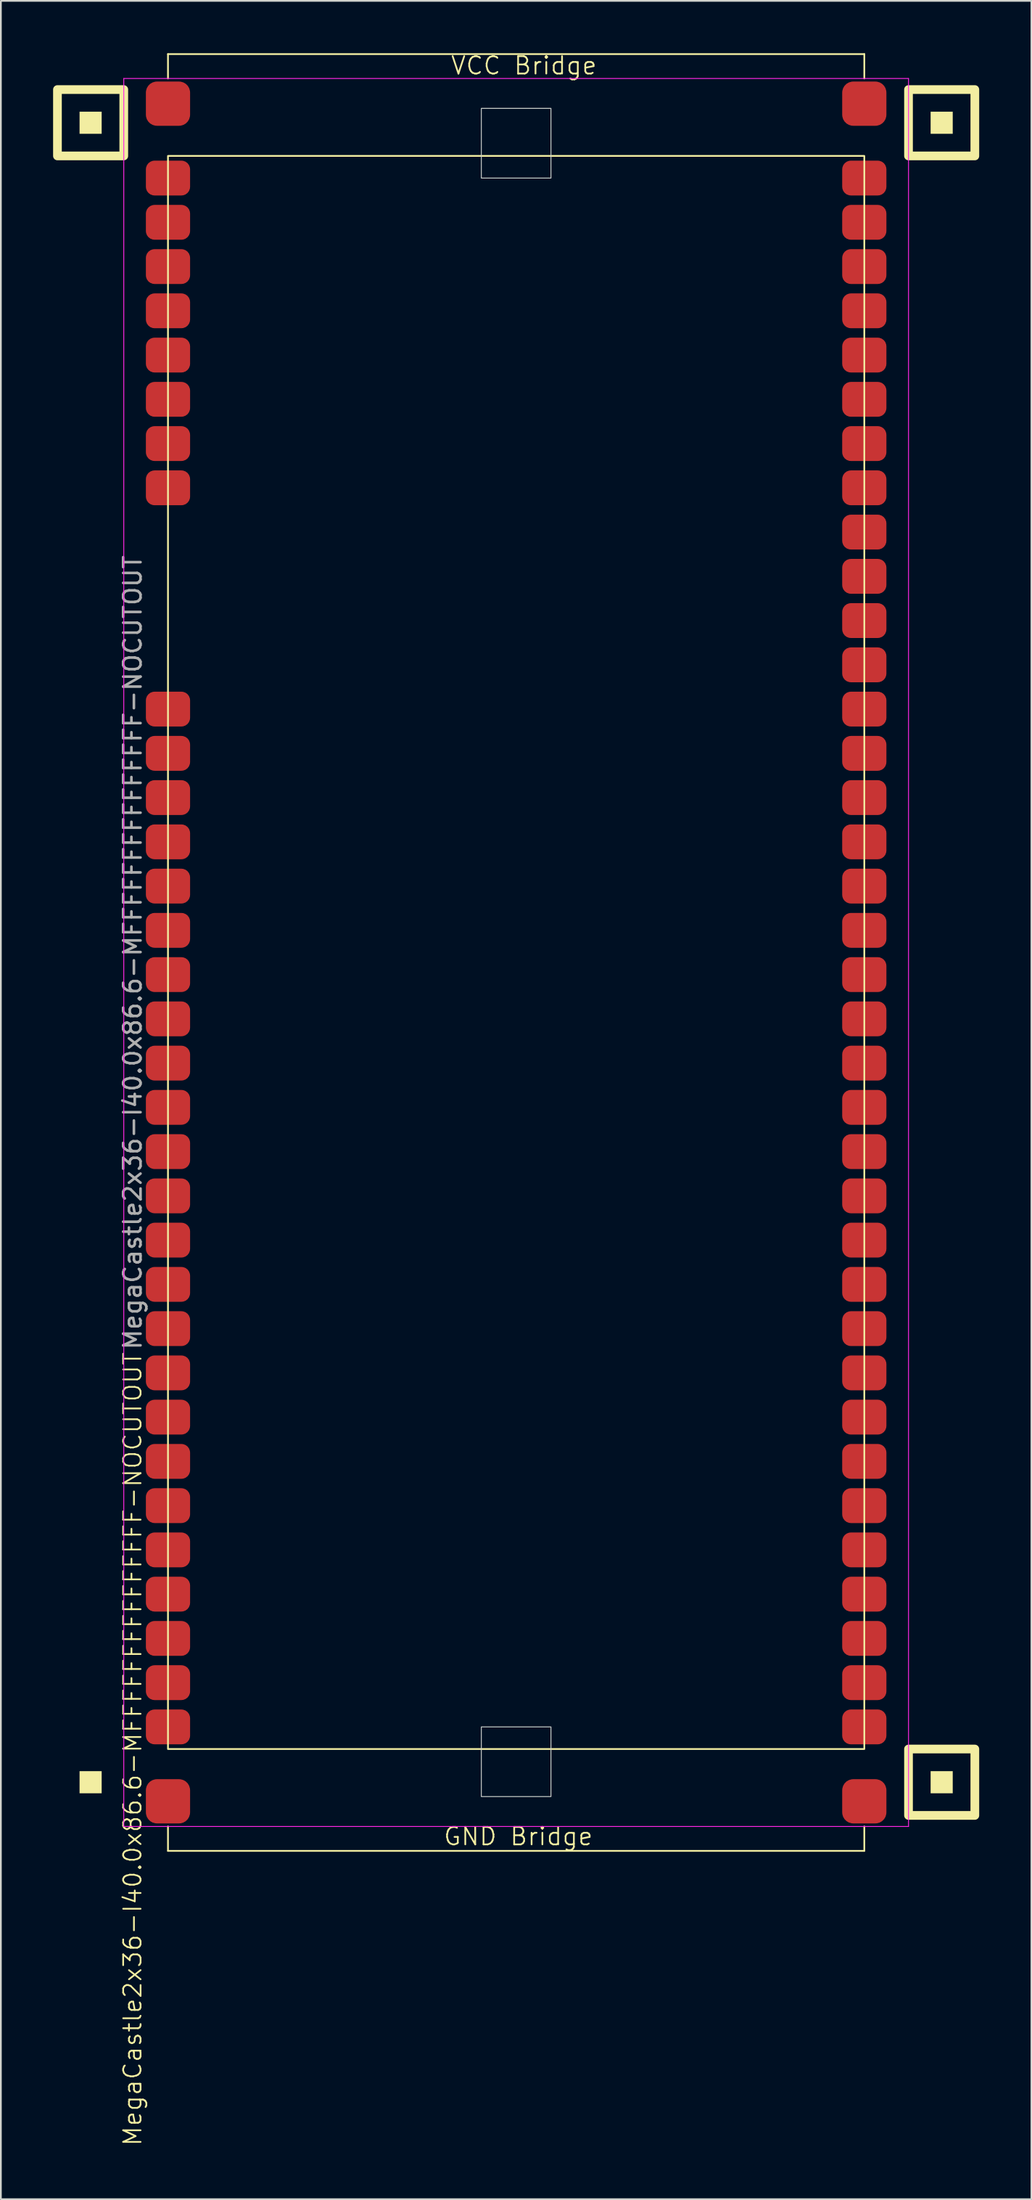
<source format=kicad_pcb>
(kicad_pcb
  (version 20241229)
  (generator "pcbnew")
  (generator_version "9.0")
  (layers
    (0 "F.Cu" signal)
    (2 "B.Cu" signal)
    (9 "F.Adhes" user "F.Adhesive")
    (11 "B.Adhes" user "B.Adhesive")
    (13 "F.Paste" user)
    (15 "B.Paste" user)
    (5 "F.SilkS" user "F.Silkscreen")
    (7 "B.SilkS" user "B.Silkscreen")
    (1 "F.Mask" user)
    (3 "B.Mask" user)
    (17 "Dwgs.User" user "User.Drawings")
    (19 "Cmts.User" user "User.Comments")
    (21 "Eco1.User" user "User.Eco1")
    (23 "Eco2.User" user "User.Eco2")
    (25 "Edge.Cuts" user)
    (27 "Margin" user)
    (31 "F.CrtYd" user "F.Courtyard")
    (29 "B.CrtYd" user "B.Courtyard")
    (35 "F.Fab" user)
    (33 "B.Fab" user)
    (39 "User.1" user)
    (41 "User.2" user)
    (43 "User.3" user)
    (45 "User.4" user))
  (footprint "MegaCastle2x36-I40.0x86.6-MFFFFFFFFFFFFFFF-NOCUTOUT"
    (layer "F.Cu")
    (at 26.6 51.62)
    (property "Reference" "MegaCastle2x36-I40.0x86.6-MFFFFFFFFFFFFFFF-NOCUTOUT" (at -22.032 45.72 90) (unlocked yes) (layer "F.SilkS") (effects (font (size 1 1) (thickness 0.1))))
    (attr smd)
    (fp_line (start -20 -51.565) (end 20 -51.565) (stroke (width 0.1) (type default)) (layer "F.SilkS"))
    (fp_line (start -20 -50.165) (end -20 -51.565) (stroke (width 0.1) (type default)) (layer "F.SilkS"))
    (fp_line (start -20 50.165) (end -20 51.565) (stroke (width 0.1) (type default)) (layer "F.SilkS"))
    (fp_line (start -20 51.565) (end 20 51.565) (stroke (width 0.1) (type default)) (layer "F.SilkS"))
    (fp_line (start 20 -50.165) (end 20 -51.565) (stroke (width 0.1) (type default)) (layer "F.SilkS"))
    (fp_line (start 20 50.165) (end 20 51.565) (stroke (width 0.1) (type default)) (layer "F.SilkS"))
    (fp_rect (start -23.81 -46.99) (end -25.08 -48.26) (stroke (width 0) (type solid)) (fill yes) (layer "F.SilkS"))
    (fp_rect (start -23.81 48.26) (end -25.08 46.99) (stroke (width 0) (type solid)) (fill yes) (layer "F.SilkS"))
    (fp_rect (start -22.54 -45.72) (end -26.35 -49.53) (stroke (width 0.5) (type default)) (fill no) (layer "F.SilkS"))
    (fp_rect (start -20 -45.72) (end 20 45.72) (stroke (width 0.1) (type default)) (fill no) (layer "F.SilkS"))
    (fp_rect (start 25.08 -46.99) (end 23.81 -48.26) (stroke (width 0) (type solid)) (fill yes) (layer "F.SilkS"))
    (fp_rect (start 25.08 48.26) (end 23.81 46.99) (stroke (width 0) (type solid)) (fill yes) (layer "F.SilkS"))
    (fp_rect (start 26.35 -45.72) (end 22.54 -49.53) (stroke (width 0.5) (type default)) (fill no) (layer "F.SilkS"))
    (fp_rect (start 26.35 49.53) (end 22.54 45.72) (stroke (width 0.5) (type default)) (fill no) (layer "F.SilkS"))
    (fp_rect (start -2 -44.45) (end 2 -48.45) (stroke (width 0.05) (type default)) (fill no) (layer "Edge.Cuts"))
    (fp_rect (start -2 44.45) (end 2 48.45) (stroke (width 0.05) (type default)) (fill no) (layer "Edge.Cuts"))
    (fp_line (start -22.54 -50.165) (end -22.54 50.165) (stroke (width 0.05) (type default)) (layer "F.CrtYd"))
    (fp_line (start -22.54 50.165) (end 22.54 50.165) (stroke (width 0.05) (type default)) (layer "F.CrtYd"))
    (fp_line (start 22.54 -50.165) (end -22.54 -50.165) (stroke (width 0.05) (type default)) (layer "F.CrtYd"))
    (fp_line (start 22.54 -50.165) (end 22.54 50.165) (stroke (width 0.05) (type default)) (layer "F.CrtYd"))
    (fp_text user "GND Bridge" (at -4.226 51.32 0) (unlocked yes) (layer "F.SilkS") (effects (font (size 1 1) (thickness 0.1)) (justify left bottom)))
    (fp_text user "VCC Bridge" (at -3.81 -50.32 0) (unlocked yes) (layer "F.SilkS") (effects (font (size 1 1) (thickness 0.1)) (justify left bottom)))
    (fp_text user "${REFERENCE}" (at -22.032 0 90) (unlocked yes) (layer "F.Fab") (effects (font (size 1 1) (thickness 0.15))))
    (pad "1" smd roundrect (at -20 -44.45) (size 2.54 2) (layers "F.Cu" "F.Mask" "F.Paste") (roundrect_rratio 0.25))
    (pad "2" smd roundrect (at -20 -41.91) (size 2.54 2) (layers "F.Cu" "F.Mask" "F.Paste") (roundrect_rratio 0.25))
    (pad "3" smd roundrect (at -20 -39.37) (size 2.54 2) (layers "F.Cu" "F.Mask" "F.Paste") (roundrect_rratio 0.25))
    (pad "4" smd roundrect (at -20 -36.83) (size 2.54 2) (layers "F.Cu" "F.Mask" "F.Paste") (roundrect_rratio 0.25))
    (pad "5" smd roundrect (at -20 -34.29) (size 2.54 2) (layers "F.Cu" "F.Mask" "F.Paste") (roundrect_rratio 0.25))
    (pad "6" smd roundrect (at -20 -31.75) (size 2.54 2) (layers "F.Cu" "F.Mask" "F.Paste") (roundrect_rratio 0.25))
    (pad "7" smd roundrect (at -20 -29.21) (size 2.54 2) (layers "F.Cu" "F.Mask" "F.Paste") (roundrect_rratio 0.25))
    (pad "8" smd roundrect (at -20 -26.67) (size 2.54 2) (layers "F.Cu" "F.Mask" "F.Paste") (roundrect_rratio 0.25))
    (pad "13" smd roundrect (at -20 -13.97) (size 2.54 2) (layers "F.Cu" "F.Mask" "F.Paste") (roundrect_rratio 0.25))
    (pad "14" smd roundrect (at -20 -11.43) (size 2.54 2) (layers "F.Cu" "F.Mask" "F.Paste") (roundrect_rratio 0.25))
    (pad "15" smd roundrect (at -20 -8.89) (size 2.54 2) (layers "F.Cu" "F.Mask" "F.Paste") (roundrect_rratio 0.25))
    (pad "16" smd roundrect (at -20 -6.35) (size 2.54 2) (layers "F.Cu" "F.Mask" "F.Paste") (roundrect_rratio 0.25))
    (pad "17" smd roundrect (at -20 -3.81) (size 2.54 2) (layers "F.Cu" "F.Mask" "F.Paste") (roundrect_rratio 0.25))
    (pad "18" smd roundrect (at -20 -1.27) (size 2.54 2) (layers "F.Cu" "F.Mask" "F.Paste") (roundrect_rratio 0.25))
    (pad "19" smd roundrect (at -20 1.27) (size 2.54 2) (layers "F.Cu" "F.Mask" "F.Paste") (roundrect_rratio 0.25))
    (pad "20" smd roundrect (at -20 3.81) (size 2.54 2) (layers "F.Cu" "F.Mask" "F.Paste") (roundrect_rratio 0.25))
    (pad "21" smd roundrect (at -20 6.35) (size 2.54 2) (layers "F.Cu" "F.Mask" "F.Paste") (roundrect_rratio 0.25))
    (pad "22" smd roundrect (at -20 8.89) (size 2.54 2) (layers "F.Cu" "F.Mask" "F.Paste") (roundrect_rratio 0.25))
    (pad "23" smd roundrect (at -20 11.43) (size 2.54 2) (layers "F.Cu" "F.Mask" "F.Paste") (roundrect_rratio 0.25))
    (pad "24" smd roundrect (at -20 13.97) (size 2.54 2) (layers "F.Cu" "F.Mask" "F.Paste") (roundrect_rratio 0.25))
    (pad "25" smd roundrect (at -20 16.51) (size 2.54 2) (layers "F.Cu" "F.Mask" "F.Paste") (roundrect_rratio 0.25))
    (pad "26" smd roundrect (at -20 19.05) (size 2.54 2) (layers "F.Cu" "F.Mask" "F.Paste") (roundrect_rratio 0.25))
    (pad "27" smd roundrect (at -20 21.59) (size 2.54 2) (layers "F.Cu" "F.Mask" "F.Paste") (roundrect_rratio 0.25))
    (pad "28" smd roundrect (at -20 24.13) (size 2.54 2) (layers "F.Cu" "F.Mask" "F.Paste") (roundrect_rratio 0.25))
    (pad "29" smd roundrect (at -20 26.67) (size 2.54 2) (layers "F.Cu" "F.Mask" "F.Paste") (roundrect_rratio 0.25))
    (pad "30" smd roundrect (at -20 29.21) (size 2.54 2) (layers "F.Cu" "F.Mask" "F.Paste") (roundrect_rratio 0.25))
    (pad "31" smd roundrect (at -20 31.75) (size 2.54 2) (layers "F.Cu" "F.Mask" "F.Paste") (roundrect_rratio 0.25))
    (pad "32" smd roundrect (at -20 34.29) (size 2.54 2) (layers "F.Cu" "F.Mask" "F.Paste") (roundrect_rratio 0.25))
    (pad "33" smd roundrect (at -20 36.83) (size 2.54 2) (layers "F.Cu" "F.Mask" "F.Paste") (roundrect_rratio 0.25))
    (pad "34" smd roundrect (at -20 39.37) (size 2.54 2) (layers "F.Cu" "F.Mask" "F.Paste") (roundrect_rratio 0.25))
    (pad "35" smd roundrect (at -20 41.91) (size 2.54 2) (layers "F.Cu" "F.Mask" "F.Paste") (roundrect_rratio 0.25))
    (pad "36" smd roundrect (at -20 44.45) (size 2.54 2) (layers "F.Cu" "F.Mask" "F.Paste") (roundrect_rratio 0.25))
    (pad "37" smd roundrect (at 20 -44.45) (size 2.54 2) (layers "F.Cu" "F.Mask" "F.Paste") (roundrect_rratio 0.25))
    (pad "38" smd roundrect (at 20 -41.91) (size 2.54 2) (layers "F.Cu" "F.Mask" "F.Paste") (roundrect_rratio 0.25))
    (pad "39" smd roundrect (at 20 -39.37) (size 2.54 2) (layers "F.Cu" "F.Mask" "F.Paste") (roundrect_rratio 0.25))
    (pad "40" smd roundrect (at 20 -36.83) (size 2.54 2) (layers "F.Cu" "F.Mask" "F.Paste") (roundrect_rratio 0.25))
    (pad "41" smd roundrect (at 20 -34.29) (size 2.54 2) (layers "F.Cu" "F.Mask" "F.Paste") (roundrect_rratio 0.25))
    (pad "42" smd roundrect (at 20 -31.75) (size 2.54 2) (layers "F.Cu" "F.Mask" "F.Paste") (roundrect_rratio 0.25))
    (pad "43" smd roundrect (at 20 -29.21) (size 2.54 2) (layers "F.Cu" "F.Mask" "F.Paste") (roundrect_rratio 0.25))
    (pad "44" smd roundrect (at 20 -26.67) (size 2.54 2) (layers "F.Cu" "F.Mask" "F.Paste") (roundrect_rratio 0.25))
    (pad "45" smd roundrect (at 20 -24.13) (size 2.54 2) (layers "F.Cu" "F.Mask" "F.Paste") (roundrect_rratio 0.25))
    (pad "46" smd roundrect (at 20 -21.59) (size 2.54 2) (layers "F.Cu" "F.Mask" "F.Paste") (roundrect_rratio 0.25))
    (pad "47" smd roundrect (at 20 -19.05) (size 2.54 2) (layers "F.Cu" "F.Mask" "F.Paste") (roundrect_rratio 0.25))
    (pad "48" smd roundrect (at 20 -16.51) (size 2.54 2) (layers "F.Cu" "F.Mask" "F.Paste") (roundrect_rratio 0.25))
    (pad "49" smd roundrect (at 20 -13.97) (size 2.54 2) (layers "F.Cu" "F.Mask" "F.Paste") (roundrect_rratio 0.25))
    (pad "50" smd roundrect (at 20 -11.43) (size 2.54 2) (layers "F.Cu" "F.Mask" "F.Paste") (roundrect_rratio 0.25))
    (pad "51" smd roundrect (at 20 -8.89) (size 2.54 2) (layers "F.Cu" "F.Mask" "F.Paste") (roundrect_rratio 0.25))
    (pad "52" smd roundrect (at 20 -6.35) (size 2.54 2) (layers "F.Cu" "F.Mask" "F.Paste") (roundrect_rratio 0.25))
    (pad "53" smd roundrect (at 20 -3.81) (size 2.54 2) (layers "F.Cu" "F.Mask" "F.Paste") (roundrect_rratio 0.25))
    (pad "54" smd roundrect (at 20 -1.27) (size 2.54 2) (layers "F.Cu" "F.Mask" "F.Paste") (roundrect_rratio 0.25))
    (pad "55" smd roundrect (at 20 1.27) (size 2.54 2) (layers "F.Cu" "F.Mask" "F.Paste") (roundrect_rratio 0.25))
    (pad "56" smd roundrect (at 20 3.81) (size 2.54 2) (layers "F.Cu" "F.Mask" "F.Paste") (roundrect_rratio 0.25))
    (pad "57" smd roundrect (at 20 6.35) (size 2.54 2) (layers "F.Cu" "F.Mask" "F.Paste") (roundrect_rratio 0.25))
    (pad "58" smd roundrect (at 20 8.89) (size 2.54 2) (layers "F.Cu" "F.Mask" "F.Paste") (roundrect_rratio 0.25))
    (pad "59" smd roundrect (at 20 11.43) (size 2.54 2) (layers "F.Cu" "F.Mask" "F.Paste") (roundrect_rratio 0.25))
    (pad "60" smd roundrect (at 20 13.97) (size 2.54 2) (layers "F.Cu" "F.Mask" "F.Paste") (roundrect_rratio 0.25))
    (pad "61" smd roundrect (at 20 16.51) (size 2.54 2) (layers "F.Cu" "F.Mask" "F.Paste") (roundrect_rratio 0.25))
    (pad "62" smd roundrect (at 20 19.05) (size 2.54 2) (layers "F.Cu" "F.Mask" "F.Paste") (roundrect_rratio 0.25))
    (pad "63" smd roundrect (at 20 21.59) (size 2.54 2) (layers "F.Cu" "F.Mask" "F.Paste") (roundrect_rratio 0.25))
    (pad "64" smd roundrect (at 20 24.13) (size 2.54 2) (layers "F.Cu" "F.Mask" "F.Paste") (roundrect_rratio 0.25))
    (pad "65" smd roundrect (at 20 26.67) (size 2.54 2) (layers "F.Cu" "F.Mask" "F.Paste") (roundrect_rratio 0.25))
    (pad "66" smd roundrect (at 20 29.21) (size 2.54 2) (layers "F.Cu" "F.Mask" "F.Paste") (roundrect_rratio 0.25))
    (pad "67" smd roundrect (at 20 31.75) (size 2.54 2) (layers "F.Cu" "F.Mask" "F.Paste") (roundrect_rratio 0.25))
    (pad "68" smd roundrect (at 20 34.29) (size 2.54 2) (layers "F.Cu" "F.Mask" "F.Paste") (roundrect_rratio 0.25))
    (pad "69" smd roundrect (at 20 36.83) (size 2.54 2) (layers "F.Cu" "F.Mask" "F.Paste") (roundrect_rratio 0.25))
    (pad "70" smd roundrect (at 20 39.37) (size 2.54 2) (layers "F.Cu" "F.Mask" "F.Paste") (roundrect_rratio 0.25))
    (pad "71" smd roundrect (at 20 41.91) (size 2.54 2) (layers "F.Cu" "F.Mask" "F.Paste") (roundrect_rratio 0.25))
    (pad "72" smd roundrect (at 20 44.45) (size 2.54 2) (layers "F.Cu" "F.Mask" "F.Paste") (roundrect_rratio 0.25))
    (pad "A1" smd roundrect (at -20 -48.72) (size 2.54 2.54) (layers "F.Cu" "F.Mask" "F.Paste") (roundrect_rratio 0.25))
    (pad "A2" smd roundrect (at 20 -48.72) (size 2.54 2.54) (layers "F.Cu" "F.Mask" "F.Paste") (roundrect_rratio 0.25))
    (pad "B1" smd roundrect (at -20 48.72) (size 2.54 2.54) (layers "F.Cu" "F.Mask" "F.Paste") (roundrect_rratio 0.25))
    (pad "B2" smd roundrect (at 20 48.72) (size 2.54 2.54) (layers "F.Cu" "F.Mask" "F.Paste") (roundrect_rratio 0.25)))
  (gr_rect
    (start -3 -3)
    (end 56.2 123.176)
    (stroke (width 0.1) (type default))
    (fill no)
    (layer "Edge.Cuts")))
</source>
